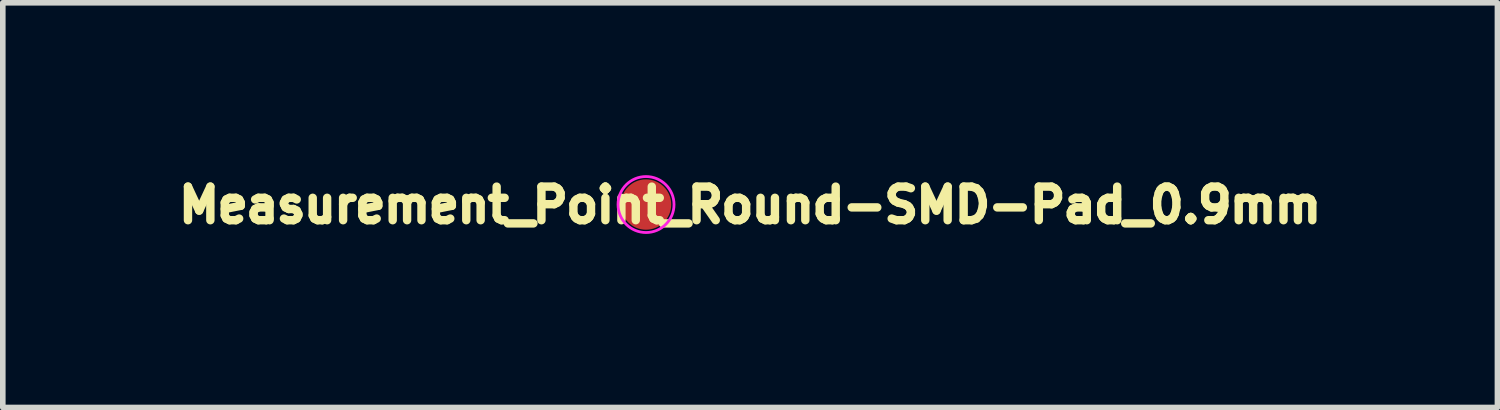
<source format=kicad_pcb>
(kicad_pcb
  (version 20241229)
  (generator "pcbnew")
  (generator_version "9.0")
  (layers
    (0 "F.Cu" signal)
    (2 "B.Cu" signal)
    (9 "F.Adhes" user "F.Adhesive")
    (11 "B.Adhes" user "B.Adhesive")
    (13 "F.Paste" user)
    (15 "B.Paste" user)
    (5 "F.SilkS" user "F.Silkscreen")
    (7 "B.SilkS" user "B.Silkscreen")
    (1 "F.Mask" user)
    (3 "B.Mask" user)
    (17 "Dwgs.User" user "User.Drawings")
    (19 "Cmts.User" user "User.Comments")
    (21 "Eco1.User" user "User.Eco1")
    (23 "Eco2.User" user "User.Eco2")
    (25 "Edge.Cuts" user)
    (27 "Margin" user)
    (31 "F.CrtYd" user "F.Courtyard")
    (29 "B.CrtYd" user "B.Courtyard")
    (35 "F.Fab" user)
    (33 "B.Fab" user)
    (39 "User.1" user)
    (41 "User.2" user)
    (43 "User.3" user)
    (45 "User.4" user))
  (footprint "Measurement_Point_Round-SMD-Pad_0.9mm"
    (layer "F.Cu")
    (at 8.491 0.604)
    (property "Reference" "Measurement_Point_Round-SMD-Pad_0.9mm" (at 1.86 0.01 0) (layer "F.SilkS") (effects (font (size 0.6 0.6) (thickness 0.15))))
    (attr exclude_from_pos_files exclude_from_bom)
    (fp_circle (center 0 0) (end 0.5 0) (stroke (width 0.05) (type solid)) (fill no) (layer "F.CrtYd"))
    (pad "1" smd circle (at 0 0) (size 0.9 0.9) (layers "F.Cu" "F.Mask")))
  (gr_rect
    (start -3 -3)
    (end 23.701 4.229)
    (stroke (width 0.1) (type default))
    (fill no)
    (layer "Edge.Cuts")))
</source>
